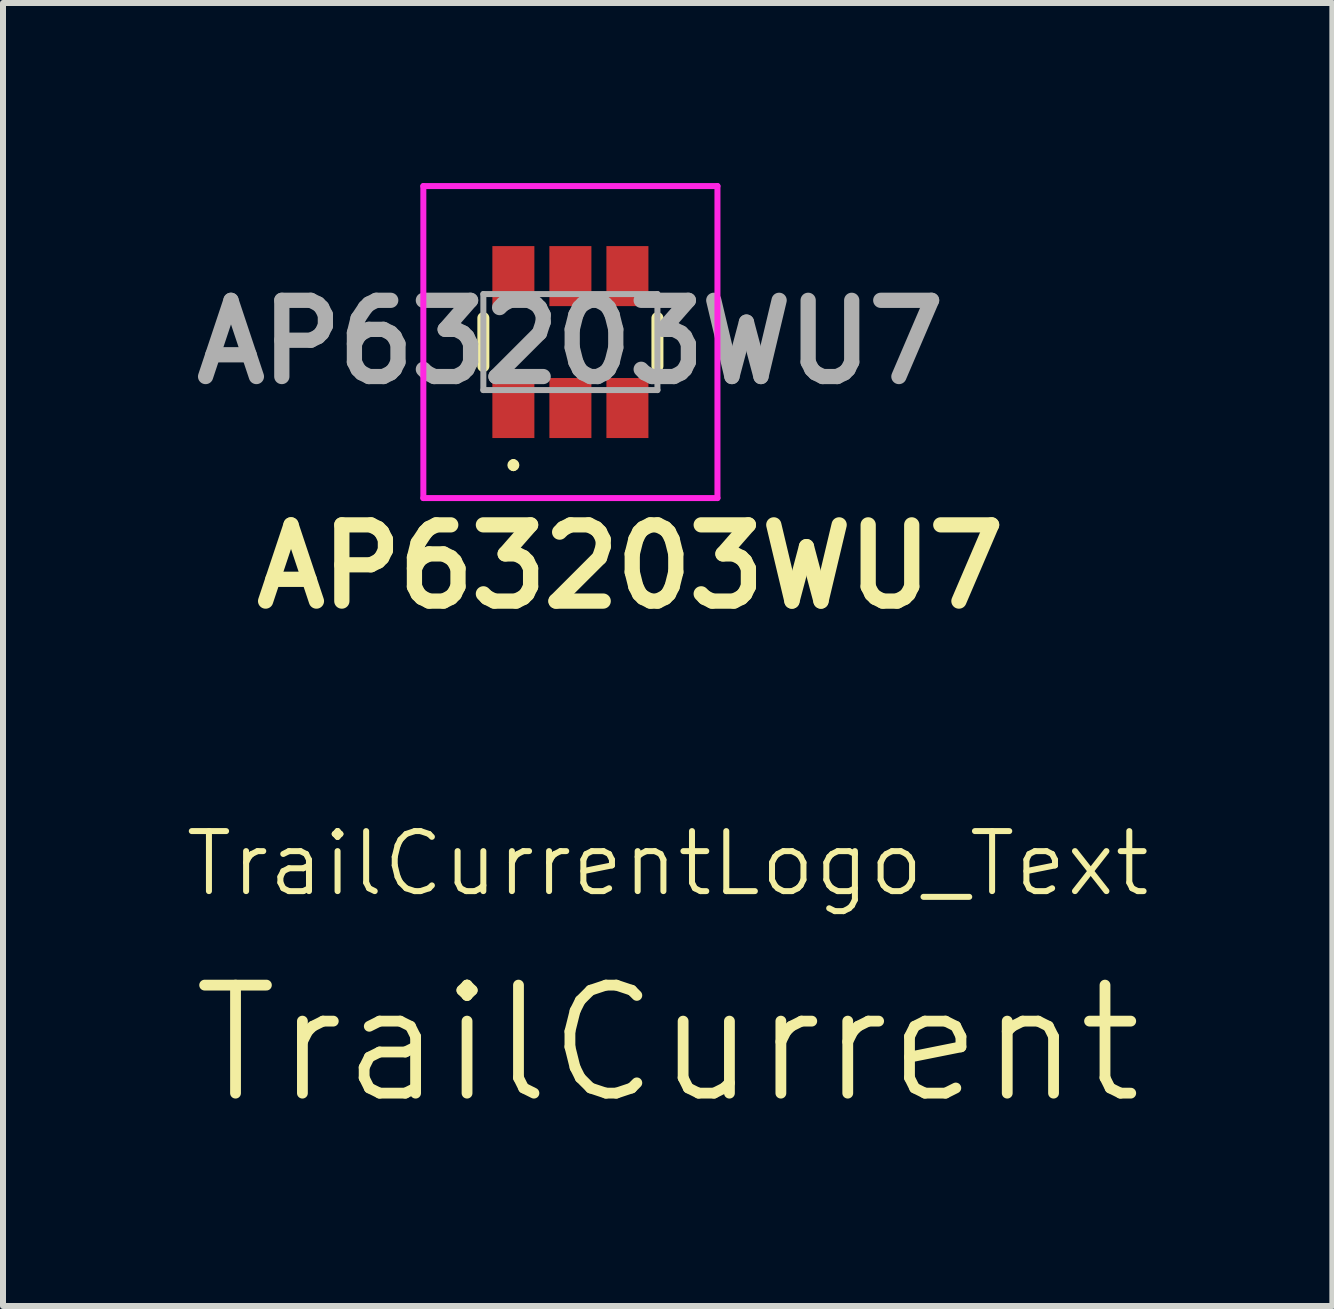
<source format=kicad_pcb>
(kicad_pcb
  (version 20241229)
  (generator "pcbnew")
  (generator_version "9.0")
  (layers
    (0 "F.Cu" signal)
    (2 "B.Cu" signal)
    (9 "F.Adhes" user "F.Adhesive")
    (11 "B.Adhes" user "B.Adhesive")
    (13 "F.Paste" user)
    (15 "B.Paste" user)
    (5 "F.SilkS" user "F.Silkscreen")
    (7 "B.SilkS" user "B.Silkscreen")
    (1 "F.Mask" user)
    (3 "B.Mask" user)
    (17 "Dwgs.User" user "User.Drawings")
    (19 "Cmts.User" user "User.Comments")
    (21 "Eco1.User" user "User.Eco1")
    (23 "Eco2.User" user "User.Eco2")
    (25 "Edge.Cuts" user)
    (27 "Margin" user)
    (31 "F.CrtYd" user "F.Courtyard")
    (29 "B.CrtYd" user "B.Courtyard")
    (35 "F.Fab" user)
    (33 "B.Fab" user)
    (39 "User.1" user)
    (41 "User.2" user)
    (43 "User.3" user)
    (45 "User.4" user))
  (footprint "AP63203WU7"
    (layer "F.Cu")
    (at 6.453 2.649)
    (property "Reference" "AP63203WU7" (at 1 3.741 180) (layer "F.SilkS") (effects (font (size 1.27 1.27) (thickness 0.254))))
    (attr smd)
    (fp_line (start -1.45 -0.4) (end -1.45 0.4) (stroke (width 0.2) (type solid)) (layer "F.SilkS"))
    (fp_line (start -0.95 2) (end -0.95 2) (stroke (width 0.1) (type solid)) (layer "F.SilkS"))
    (fp_line (start -0.95 2.1) (end -0.95 2.1) (stroke (width 0.1) (type solid)) (layer "F.SilkS"))
    (fp_line (start 1.45 -0.4) (end 1.45 0.4) (stroke (width 0.2) (type solid)) (layer "F.SilkS"))
    (fp_arc (start -0.95 2) (mid -0.9 2.05) (end -0.95 2.1) (stroke (width 0.1) (type solid)) (layer "F.SilkS"))
    (fp_arc (start -0.95 2.1) (mid -1 2.05) (end -0.95 2) (stroke (width 0.1) (type solid)) (layer "F.SilkS"))
    (fp_line (start -2.45 -2.599) (end 2.45 -2.599) (stroke (width 0.1) (type solid)) (layer "F.CrtYd"))
    (fp_line (start -2.45 2.599) (end -2.45 -2.599) (stroke (width 0.1) (type solid)) (layer "F.CrtYd"))
    (fp_line (start 2.45 -2.599) (end 2.45 2.599) (stroke (width 0.1) (type solid)) (layer "F.CrtYd"))
    (fp_line (start 2.45 2.599) (end -2.45 2.599) (stroke (width 0.1) (type solid)) (layer "F.CrtYd"))
    (fp_line (start -1.45 -0.8) (end -1.45 0.8) (stroke (width 0.1) (type solid)) (layer "F.Fab"))
    (fp_line (start -1.45 0.8) (end 1.45 0.8) (stroke (width 0.1) (type solid)) (layer "F.Fab"))
    (fp_line (start 1.45 -0.8) (end -1.45 -0.8) (stroke (width 0.1) (type solid)) (layer "F.Fab"))
    (fp_line (start 1.45 0.8) (end 1.45 -0.8) (stroke (width 0.1) (type solid)) (layer "F.Fab"))
    (fp_text user "${REFERENCE}" (at 0 0 180) (layer "F.Fab") (effects (font (size 1.27 1.27) (thickness 0.254))))
    (pad "1" smd rect (at -0.95 1.099) (size 0.7 1) (layers "F.Cu" "F.Mask" "F.Paste"))
    (pad "2" smd rect (at 0 1.099) (size 0.7 1) (layers "F.Cu" "F.Mask" "F.Paste"))
    (pad "3" smd rect (at 0.95 1.099) (size 0.7 1) (layers "F.Cu" "F.Mask" "F.Paste"))
    (pad "4" smd rect (at 0.95 -1.099) (size 0.7 1) (layers "F.Cu" "F.Mask" "F.Paste"))
    (pad "5" smd rect (at 0 -1.099) (size 0.7 1) (layers "F.Cu" "F.Mask" "F.Paste"))
    (pad "6" smd rect (at -0.95 -1.099) (size 0.7 1) (layers "F.Cu" "F.Mask" "F.Paste")))
  (footprint "TrailCurrentLogo_Text"
    (layer "F.Cu")
    (at 8.074 14.339)
    (property "Reference" "TrailCurrentLogo_Text" (at 0 -3 0) (unlocked yes) (layer "F.SilkS") (effects (font (size 1 1) (thickness 0.1))))
    (attr board_only exclude_from_pos_files exclude_from_bom)
    (fp_text user "TrailCurrent" (at 0 0 0) (unlocked yes) (layer "F.SilkS") (effects (font (size 1.8 1.8) (thickness 0.18) (bold yes)))))
  (gr_rect
    (start -3 -3)
    (end 19.148 18.708)
    (stroke (width 0.1) (type default))
    (fill no)
    (layer "Edge.Cuts")))
</source>
